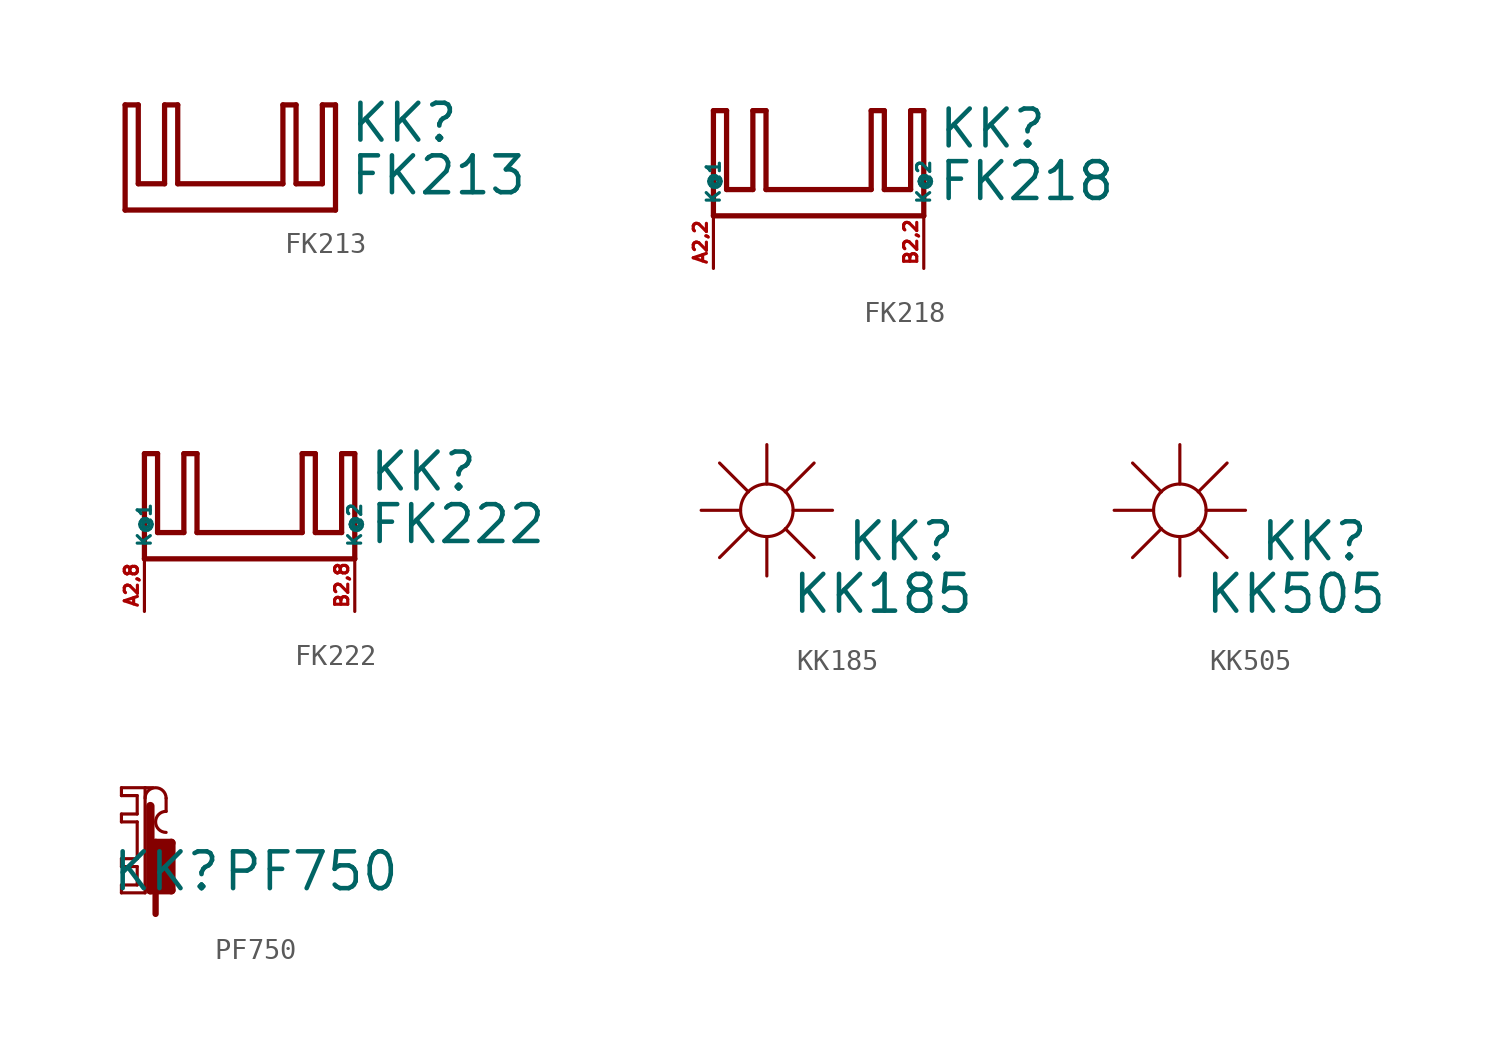
<source format=kicad_sym>
(kicad_symbol_lib
  (version 20220914)
  (generator Eagle2Kicad)
  (symbol "FK213"
    (property "Reference" "KK"
      (at 5.715 3.175 0)
      (effects (font (size 1.778 1.778) (thickness 0.22)) (justify left bottom)))
    (property "Value" "FK213"
      (at 5.715 0.635 0)
      (effects (font (size 1.778 1.778) (thickness 0.22)) (justify left bottom)))
    (polyline
      (pts (xy -5.08 0) (xy 5.08 0))
      (stroke (width 0.254) (type default))
      (fill (type none)))
    (polyline
      (pts (xy 5.08 0) (xy 5.08 5.08))
      (stroke (width 0.254) (type default))
      (fill (type none)))
    (polyline
      (pts (xy 5.08 5.08) (xy 4.445 5.08))
      (stroke (width 0.254) (type default))
      (fill (type none)))
    (polyline
      (pts (xy 4.445 5.08) (xy 4.445 1.27))
      (stroke (width 0.254) (type default))
      (fill (type none)))
    (polyline
      (pts (xy 4.445 1.27) (xy 3.175 1.27))
      (stroke (width 0.254) (type default))
      (fill (type none)))
    (polyline
      (pts (xy 3.175 1.27) (xy 3.175 5.08))
      (stroke (width 0.254) (type default))
      (fill (type none)))
    (polyline
      (pts (xy 3.175 5.08) (xy 2.54 5.08))
      (stroke (width 0.254) (type default))
      (fill (type none)))
    (polyline
      (pts (xy 2.54 5.08) (xy 2.54 1.27))
      (stroke (width 0.254) (type default))
      (fill (type none)))
    (polyline
      (pts (xy 2.54 1.27) (xy -2.54 1.27))
      (stroke (width 0.254) (type default))
      (fill (type none)))
    (polyline
      (pts (xy -2.54 1.27) (xy -2.54 5.08))
      (stroke (width 0.254) (type default))
      (fill (type none)))
    (polyline
      (pts (xy -2.54 5.08) (xy -3.175 5.08))
      (stroke (width 0.254) (type default))
      (fill (type none)))
    (polyline
      (pts (xy -3.175 5.08) (xy -3.175 1.27))
      (stroke (width 0.254) (type default))
      (fill (type none)))
    (polyline
      (pts (xy -3.175 1.27) (xy -4.445 1.27))
      (stroke (width 0.254) (type default))
      (fill (type none)))
    (polyline
      (pts (xy -4.445 1.27) (xy -4.445 5.08))
      (stroke (width 0.254) (type default))
      (fill (type none)))
    (polyline
      (pts (xy -4.445 5.08) (xy -5.08 5.08))
      (stroke (width 0.254) (type default))
      (fill (type none)))
    (polyline
      (pts (xy -5.08 5.08) (xy -5.08 0))
      (stroke (width 0.254) (type default))
      (fill (type none))))
  (symbol "FK218"
    (property "Reference" "KK"
      (at 5.715 3.175 0)
      (effects (font (size 1.778 1.778) (thickness 0.22)) (justify left bottom)))
    (property "Value" "FK218"
      (at 5.715 0.635 0)
      (effects (font (size 1.778 1.778) (thickness 0.22)) (justify left bottom)))
    (polyline
      (pts (xy -5.08 0) (xy 5.08 0))
      (stroke (width 0.254) (type default))
      (fill (type none)))
    (polyline
      (pts (xy 5.08 0) (xy 5.08 5.08))
      (stroke (width 0.254) (type default))
      (fill (type none)))
    (polyline
      (pts (xy 5.08 5.08) (xy 4.445 5.08))
      (stroke (width 0.254) (type default))
      (fill (type none)))
    (polyline
      (pts (xy 4.445 5.08) (xy 4.445 1.27))
      (stroke (width 0.254) (type default))
      (fill (type none)))
    (polyline
      (pts (xy 4.445 1.27) (xy 3.175 1.27))
      (stroke (width 0.254) (type default))
      (fill (type none)))
    (polyline
      (pts (xy 3.175 1.27) (xy 3.175 5.08))
      (stroke (width 0.254) (type default))
      (fill (type none)))
    (polyline
      (pts (xy 3.175 5.08) (xy 2.54 5.08))
      (stroke (width 0.254) (type default))
      (fill (type none)))
    (polyline
      (pts (xy 2.54 5.08) (xy 2.54 1.27))
      (stroke (width 0.254) (type default))
      (fill (type none)))
    (polyline
      (pts (xy 2.54 1.27) (xy -2.54 1.27))
      (stroke (width 0.254) (type default))
      (fill (type none)))
    (polyline
      (pts (xy -2.54 1.27) (xy -2.54 5.08))
      (stroke (width 0.254) (type default))
      (fill (type none)))
    (polyline
      (pts (xy -2.54 5.08) (xy -3.175 5.08))
      (stroke (width 0.254) (type default))
      (fill (type none)))
    (polyline
      (pts (xy -3.175 5.08) (xy -3.175 1.27))
      (stroke (width 0.254) (type default))
      (fill (type none)))
    (polyline
      (pts (xy -3.175 1.27) (xy -4.445 1.27))
      (stroke (width 0.254) (type default))
      (fill (type none)))
    (polyline
      (pts (xy -4.445 1.27) (xy -4.445 5.08))
      (stroke (width 0.254) (type default))
      (fill (type none)))
    (polyline
      (pts (xy -4.445 5.08) (xy -5.08 5.08))
      (stroke (width 0.254) (type default))
      (fill (type none)))
    (polyline
      (pts (xy -5.08 5.08) (xy -5.08 0))
      (stroke (width 0.254) (type default))
      (fill (type none)))
    (pin passive line
      (at -5.08 -2.54 90)
      (length 2.54)
      (name "K@1" (effects (font (size 0.635 0.635) (thickness 0.08)) (justify left bottom)))
      (number "A2,2" (effects (font (size 0.635 0.635) (thickness 0.08)) (justify left bottom))))
    (pin passive line
      (at 5.08 -2.54 90)
      (length 2.54)
      (name "K@2" (effects (font (size 0.635 0.635) (thickness 0.08)) (justify left bottom)))
      (number "B2,2" (effects (font (size 0.635 0.635) (thickness 0.08)) (justify left bottom)))))
  (symbol "FK222"
    (property "Reference" "KK"
      (at 5.715 3.175 0)
      (effects (font (size 1.778 1.778) (thickness 0.22)) (justify left bottom)))
    (property "Value" "FK222"
      (at 5.715 0.635 0)
      (effects (font (size 1.778 1.778) (thickness 0.22)) (justify left bottom)))
    (polyline
      (pts (xy -5.08 0) (xy 5.08 0))
      (stroke (width 0.254) (type default))
      (fill (type none)))
    (polyline
      (pts (xy 5.08 0) (xy 5.08 5.08))
      (stroke (width 0.254) (type default))
      (fill (type none)))
    (polyline
      (pts (xy 5.08 5.08) (xy 4.445 5.08))
      (stroke (width 0.254) (type default))
      (fill (type none)))
    (polyline
      (pts (xy 4.445 5.08) (xy 4.445 1.27))
      (stroke (width 0.254) (type default))
      (fill (type none)))
    (polyline
      (pts (xy 4.445 1.27) (xy 3.175 1.27))
      (stroke (width 0.254) (type default))
      (fill (type none)))
    (polyline
      (pts (xy 3.175 1.27) (xy 3.175 5.08))
      (stroke (width 0.254) (type default))
      (fill (type none)))
    (polyline
      (pts (xy 3.175 5.08) (xy 2.54 5.08))
      (stroke (width 0.254) (type default))
      (fill (type none)))
    (polyline
      (pts (xy 2.54 5.08) (xy 2.54 1.27))
      (stroke (width 0.254) (type default))
      (fill (type none)))
    (polyline
      (pts (xy 2.54 1.27) (xy -2.54 1.27))
      (stroke (width 0.254) (type default))
      (fill (type none)))
    (polyline
      (pts (xy -2.54 1.27) (xy -2.54 5.08))
      (stroke (width 0.254) (type default))
      (fill (type none)))
    (polyline
      (pts (xy -2.54 5.08) (xy -3.175 5.08))
      (stroke (width 0.254) (type default))
      (fill (type none)))
    (polyline
      (pts (xy -3.175 5.08) (xy -3.175 1.27))
      (stroke (width 0.254) (type default))
      (fill (type none)))
    (polyline
      (pts (xy -3.175 1.27) (xy -4.445 1.27))
      (stroke (width 0.254) (type default))
      (fill (type none)))
    (polyline
      (pts (xy -4.445 1.27) (xy -4.445 5.08))
      (stroke (width 0.254) (type default))
      (fill (type none)))
    (polyline
      (pts (xy -4.445 5.08) (xy -5.08 5.08))
      (stroke (width 0.254) (type default))
      (fill (type none)))
    (polyline
      (pts (xy -5.08 5.08) (xy -5.08 0))
      (stroke (width 0.254) (type default))
      (fill (type none)))
    (pin passive line
      (at -5.08 -2.54 90)
      (length 2.54)
      (name "K@1" (effects (font (size 0.635 0.635) (thickness 0.08)) (justify left bottom)))
      (number "A2,8" (effects (font (size 0.635 0.635) (thickness 0.08)) (justify left bottom))))
    (pin passive line
      (at 5.08 -2.54 90)
      (length 2.54)
      (name "K@2" (effects (font (size 0.635 0.635) (thickness 0.08)) (justify left bottom)))
      (number "B2,8" (effects (font (size 0.635 0.635) (thickness 0.08)) (justify left bottom)))))
  (symbol "KK185"
    (property "Reference" "KK"
      (at 3.81 -2.54 0)
      (effects (font (size 1.778 1.778) (thickness 0.22)) (justify left bottom)))
    (property "Value" "KK185"
      (at 1.143 -5.08 0)
      (effects (font (size 1.778 1.778) (thickness 0.22)) (justify left bottom)))
    (polyline
      (pts (xy 0 3.175) (xy 0 1.27))
      (stroke (width 0.152) (type default))
      (fill (type none)))
    (polyline
      (pts (xy 0.889 0.889) (xy 2.286 2.286))
      (stroke (width 0.152) (type default))
      (fill (type none)))
    (polyline
      (pts (xy 1.27 0) (xy 3.175 0))
      (stroke (width 0.152) (type default))
      (fill (type none)))
    (polyline
      (pts (xy 0.889 -0.889) (xy 2.286 -2.286))
      (stroke (width 0.152) (type default))
      (fill (type none)))
    (polyline
      (pts (xy 0 -1.27) (xy 0 -3.175))
      (stroke (width 0.152) (type default))
      (fill (type none)))
    (polyline
      (pts (xy -2.286 -2.286) (xy -0.889 -0.889))
      (stroke (width 0.152) (type default))
      (fill (type none)))
    (polyline
      (pts (xy -3.175 0) (xy -1.27 0))
      (stroke (width 0.152) (type default))
      (fill (type none)))
    (polyline
      (pts (xy -2.286 2.286) (xy -0.889 0.889))
      (stroke (width 0.152) (type default))
      (fill (type none)))
    (circle
      (center 0 0)
      (radius 1.27)
      (stroke (width 0.152) (type default))
      (fill (type none))))
  (symbol "KK505"
    (property "Reference" "KK"
      (at 3.81 -2.54 0)
      (effects (font (size 1.778 1.778) (thickness 0.22)) (justify left bottom)))
    (property "Value" "KK505"
      (at 1.143 -5.08 0)
      (effects (font (size 1.778 1.778) (thickness 0.22)) (justify left bottom)))
    (polyline
      (pts (xy 0 3.175) (xy 0 1.27))
      (stroke (width 0.152) (type default))
      (fill (type none)))
    (polyline
      (pts (xy 0.889 0.889) (xy 2.286 2.286))
      (stroke (width 0.152) (type default))
      (fill (type none)))
    (polyline
      (pts (xy 1.27 0) (xy 3.175 0))
      (stroke (width 0.152) (type default))
      (fill (type none)))
    (polyline
      (pts (xy 0.889 -0.889) (xy 2.286 -2.286))
      (stroke (width 0.152) (type default))
      (fill (type none)))
    (polyline
      (pts (xy 0 -1.27) (xy 0 -3.175))
      (stroke (width 0.152) (type default))
      (fill (type none)))
    (polyline
      (pts (xy -2.286 -2.286) (xy -0.889 -0.889))
      (stroke (width 0.152) (type default))
      (fill (type none)))
    (polyline
      (pts (xy -3.175 0) (xy -1.27 0))
      (stroke (width 0.152) (type default))
      (fill (type none)))
    (polyline
      (pts (xy -2.286 2.286) (xy -0.889 0.889))
      (stroke (width 0.152) (type default))
      (fill (type none)))
    (circle
      (center 0 0)
      (radius 1.27)
      (stroke (width 0.152) (type default))
      (fill (type none))))
  (symbol "PF750"
    (property "Reference" "KK"
      (at -1.651 -2.54 0)
      (effects (font (size 1.778 1.778) (thickness 0.22)) (justify left bottom)))
    (property "Value" "PF750"
      (at 3.683 -2.54 0)
      (effects (font (size 1.778 1.778) (thickness 0.22)) (justify left bottom)))
    (polyline
      (pts (xy 0 -2.54) (xy 0 2.54))
      (stroke (width 0.152) (type default))
      (fill (type none)))
    (polyline
      (pts (xy 0 2.54) (xy -1.143 2.54))
      (stroke (width 0.152) (type default))
      (fill (type none)))
    (polyline
      (pts (xy -1.143 2.54) (xy -1.143 2.159))
      (stroke (width 0.152) (type default))
      (fill (type none)))
    (polyline
      (pts (xy -1.143 2.159) (xy -0.381 2.159))
      (stroke (width 0.152) (type default))
      (fill (type none)))
    (polyline
      (pts (xy -0.381 2.159) (xy -0.381 1.27))
      (stroke (width 0.152) (type default))
      (fill (type none)))
    (polyline
      (pts (xy -0.381 1.27) (xy -1.143 1.27))
      (stroke (width 0.152) (type default))
      (fill (type none)))
    (polyline
      (pts (xy -1.143 1.27) (xy -1.143 0.889))
      (stroke (width 0.152) (type default))
      (fill (type none)))
    (polyline
      (pts (xy -1.143 0.889) (xy -0.381 0.889))
      (stroke (width 0.152) (type default))
      (fill (type none)))
    (polyline
      (pts (xy -0.381 0.889) (xy -0.381 -0.889))
      (stroke (width 0.152) (type default))
      (fill (type none)))
    (polyline
      (pts (xy -0.381 -0.889) (xy -1.143 -0.889))
      (stroke (width 0.152) (type default))
      (fill (type none)))
    (polyline
      (pts (xy -1.143 -0.889) (xy -1.143 -1.27))
      (stroke (width 0.152) (type default))
      (fill (type none)))
    (polyline
      (pts (xy -1.143 -1.27) (xy -0.381 -1.27))
      (stroke (width 0.152) (type default))
      (fill (type none)))
    (polyline
      (pts (xy -0.381 -1.27) (xy -0.381 -2.159))
      (stroke (width 0.152) (type default))
      (fill (type none)))
    (polyline
      (pts (xy -0.381 -2.159) (xy -1.143 -2.159))
      (stroke (width 0.152) (type default))
      (fill (type none)))
    (polyline
      (pts (xy -1.143 -2.159) (xy -1.143 -2.54))
      (stroke (width 0.152) (type default))
      (fill (type none)))
    (polyline
      (pts (xy -1.143 -2.54) (xy 0 -2.54))
      (stroke (width 0.152) (type default))
      (fill (type none)))
    (polyline
      (pts (xy 0.381 2.54) (xy 0 2.54))
      (stroke (width 0.152) (type default))
      (fill (type none)))
    (polyline
      (pts (xy 1.016 1.397) (xy 1.016 2.032))
      (stroke (width 0.152) (type default))
      (fill (type none)))
    (arc
      (start 1.016 2.032)
      (mid 0.508 2.540)
      (end 0 2.032)
      (stroke (width 0.1524) (type default))
      (fill (type none)))
    (arc
      (start 1.016 1.397)
      (mid 0.508 0.889)
      (end 1.016 0.381)
      (stroke (width 0.1524) (type default))
      (fill (type none)))
    (polyline
      (pts (xy 0.254 1.651) (xy 0.254 -2.413))
      (stroke (width 0.406) (type default))
      (fill (type none)))
    (polyline
      (pts (xy 0.254 -2.413) (xy 1.27 -2.413))
      (stroke (width 0.406) (type default))
      (fill (type none)))
    (polyline
      (pts (xy 1.27 -2.413) (xy 1.27 -0.127))
      (stroke (width 0.406) (type default))
      (fill (type none)))
    (polyline
      (pts (xy 1.27 -0.127) (xy 0.508 -0.127))
      (stroke (width 0.406) (type default))
      (fill (type none)))
    (polyline
      (pts (xy 0.508 -0.127) (xy 0.508 -2.032))
      (stroke (width 0.406) (type default))
      (fill (type none)))
    (polyline
      (pts (xy 0.508 -2.032) (xy 1.016 -2.032))
      (stroke (width 0.406) (type default))
      (fill (type none)))
    (polyline
      (pts (xy 1.016 -2.032) (xy 1.016 -0.381))
      (stroke (width 0.406) (type default))
      (fill (type none)))
    (polyline
      (pts (xy 1.016 -0.381) (xy 0.762 -0.381))
      (stroke (width 0.406) (type default))
      (fill (type none)))
    (polyline
      (pts (xy 0.762 -0.381) (xy 0.762 -1.778))
      (stroke (width 0.406) (type default))
      (fill (type none)))
    (polyline
      (pts (xy 0.508 -2.54) (xy 0.508 -3.556))
      (stroke (width 0.305) (type default))
      (fill (type none)))))
</source>
